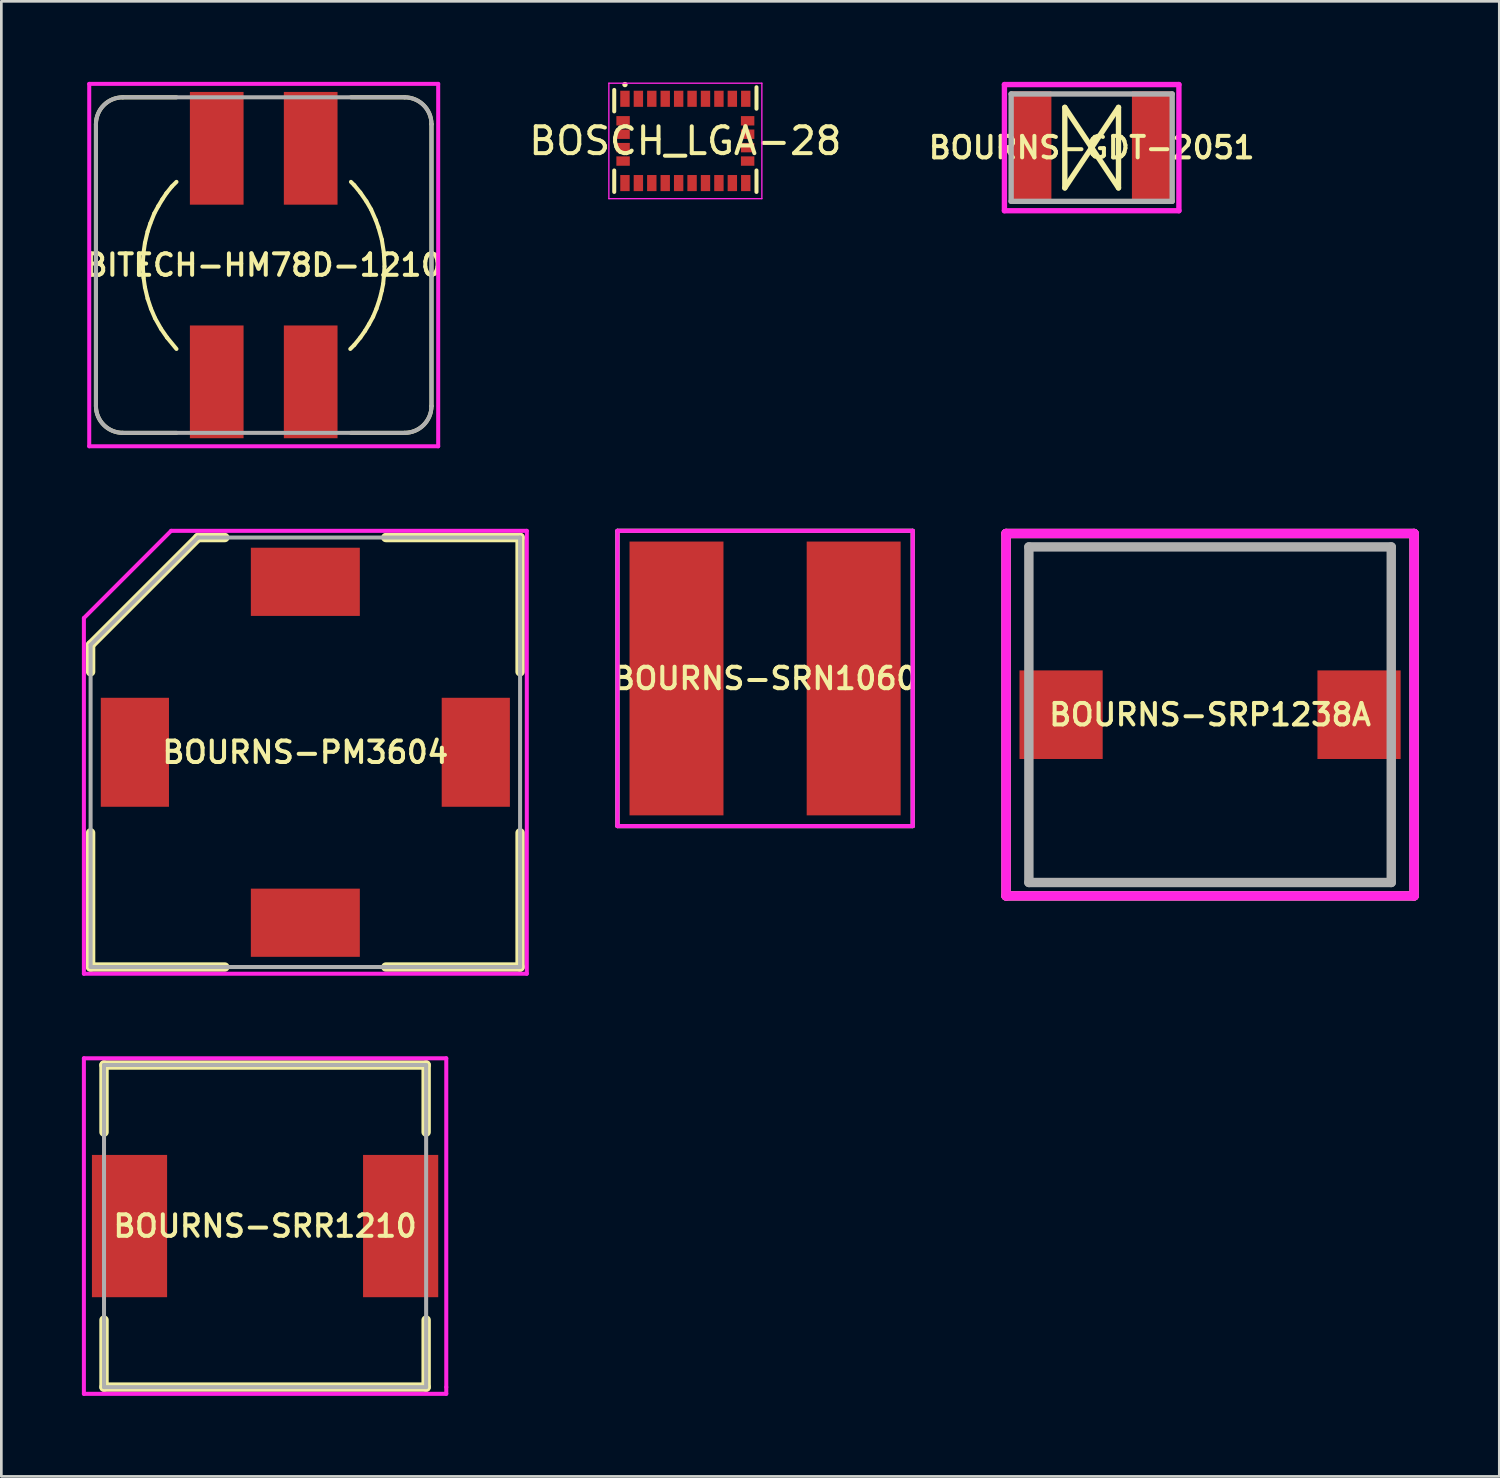
<source format=kicad_pcb>
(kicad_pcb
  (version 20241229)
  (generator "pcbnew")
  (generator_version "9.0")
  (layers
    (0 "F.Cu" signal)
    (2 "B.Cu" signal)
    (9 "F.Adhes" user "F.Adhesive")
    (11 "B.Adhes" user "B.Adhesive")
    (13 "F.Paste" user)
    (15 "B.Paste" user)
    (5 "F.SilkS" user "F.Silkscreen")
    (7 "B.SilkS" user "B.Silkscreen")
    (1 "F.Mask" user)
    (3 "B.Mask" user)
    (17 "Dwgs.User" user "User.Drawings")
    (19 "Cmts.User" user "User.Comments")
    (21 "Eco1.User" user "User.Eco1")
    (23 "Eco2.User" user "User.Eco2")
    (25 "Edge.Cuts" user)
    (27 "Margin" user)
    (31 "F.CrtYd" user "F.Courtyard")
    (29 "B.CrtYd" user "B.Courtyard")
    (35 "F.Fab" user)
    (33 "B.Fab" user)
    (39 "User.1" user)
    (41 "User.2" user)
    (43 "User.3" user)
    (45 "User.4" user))
  (footprint "BOURNS-PM3604"
    (layer "F.Cu")
    (at 8.325 24.975)
    (property "Reference" "BOURNS-PM3604" (at 0 0 0) (layer "F.SilkS") (effects (font (size 0.8 0.8) (thickness 0.15))))
    (attr smd)
    (fp_line (start -8 -4) (end -8 -3) (stroke (width 0.35) (type solid)) (layer "F.SilkS"))
    (fp_line (start -8 3) (end -8 8) (stroke (width 0.35) (type solid)) (layer "F.SilkS"))
    (fp_line (start -8 8) (end -3 8) (stroke (width 0.35) (type solid)) (layer "F.SilkS"))
    (fp_line (start -4 -8) (end -8 -4) (stroke (width 0.35) (type solid)) (layer "F.SilkS"))
    (fp_line (start -3 -8) (end -4 -8) (stroke (width 0.35) (type solid)) (layer "F.SilkS"))
    (fp_line (start 3 8) (end 8 8) (stroke (width 0.35) (type solid)) (layer "F.SilkS"))
    (fp_line (start 8 -8) (end 3 -8) (stroke (width 0.35) (type solid)) (layer "F.SilkS"))
    (fp_line (start 8 -3) (end 8 -8) (stroke (width 0.35) (type solid)) (layer "F.SilkS"))
    (fp_line (start 8 8) (end 8 3) (stroke (width 0.35) (type solid)) (layer "F.SilkS"))
    (fp_line (start -8.25 -5) (end -8.25 8.25) (stroke (width 0.15) (type solid)) (layer "F.CrtYd"))
    (fp_line (start -8.25 8.25) (end 8.25 8.25) (stroke (width 0.15) (type solid)) (layer "F.CrtYd"))
    (fp_line (start -5 -8.25) (end -8.25 -5) (stroke (width 0.15) (type solid)) (layer "F.CrtYd"))
    (fp_line (start 8.25 -8.25) (end -5 -8.25) (stroke (width 0.15) (type solid)) (layer "F.CrtYd"))
    (fp_line (start 8.25 8.25) (end 8.25 -8.25) (stroke (width 0.15) (type solid)) (layer "F.CrtYd"))
    (fp_line (start -8 -4) (end -8 8) (stroke (width 0.15) (type solid)) (layer "F.Fab"))
    (fp_line (start -8 8) (end 8 8) (stroke (width 0.15) (type solid)) (layer "F.Fab"))
    (fp_line (start -4 -8) (end -8 -4) (stroke (width 0.15) (type solid)) (layer "F.Fab"))
    (fp_line (start 8 -8) (end -4 -8) (stroke (width 0.15) (type solid)) (layer "F.Fab"))
    (fp_line (start 8 8) (end 8 -8) (stroke (width 0.15) (type solid)) (layer "F.Fab"))
    (pad "1" smd rect (at -6.35 0) (size 2.54 4.06) (layers "F.Cu" "F.Mask" "F.Paste"))
    (pad "2" smd rect (at 0 6.35) (size 4.06 2.54) (layers "F.Cu" "F.Mask" "F.Paste"))
    (pad "3" smd rect (at 6.35 0) (size 2.54 4.06) (layers "F.Cu" "F.Mask" "F.Paste"))
    (pad "4" smd rect (at 0 -6.35) (size 4.06 2.54) (layers "F.Cu" "F.Mask" "F.Paste")))
  (footprint "BOURNS-SRP1238A"
    (layer "F.Cu")
    (at 42.029 23.575)
    (property "Reference" "BOURNS-SRP1238A" (at 0 0 0) (layer "F.SilkS") (effects (font (size 0.8 0.8) (thickness 0.15))))
    (attr smd)
    (fp_line (start -7.6 -6.75) (end 7.6 -6.75) (stroke (width 0.35) (type solid)) (layer "F.SilkS"))
    (fp_line (start -7.6 6.75) (end -7.6 -6.75) (stroke (width 0.35) (type solid)) (layer "F.SilkS"))
    (fp_line (start 7.6 -6.75) (end 7.6 6.75) (stroke (width 0.35) (type solid)) (layer "F.SilkS"))
    (fp_line (start 7.6 6.75) (end -7.6 6.75) (stroke (width 0.35) (type solid)) (layer "F.SilkS"))
    (fp_line (start -7.6 -6.75) (end 7.6 -6.75) (stroke (width 0.35) (type solid)) (layer "F.CrtYd"))
    (fp_line (start -7.6 6.75) (end -7.6 -6.75) (stroke (width 0.35) (type solid)) (layer "F.CrtYd"))
    (fp_line (start 7.6 -6.75) (end 7.6 6.75) (stroke (width 0.35) (type solid)) (layer "F.CrtYd"))
    (fp_line (start 7.6 6.75) (end -7.6 6.75) (stroke (width 0.35) (type solid)) (layer "F.CrtYd"))
    (fp_line (start -6.75 -6.25) (end 6.75 -6.25) (stroke (width 0.35) (type solid)) (layer "F.Fab"))
    (fp_line (start -6.75 6.25) (end -6.75 -6.25) (stroke (width 0.35) (type solid)) (layer "F.Fab"))
    (fp_line (start 6.75 -6.25) (end 6.75 6.25) (stroke (width 0.35) (type solid)) (layer "F.Fab"))
    (fp_line (start 6.75 6.25) (end -6.75 6.25) (stroke (width 0.35) (type solid)) (layer "F.Fab"))
    (pad "1" smd rect (at -5.55 0) (size 3.1 3.3) (layers "F.Cu" "F.Mask" "F.Paste"))
    (pad "2" smd rect (at 5.55 0) (size 3.1 3.3) (layers "F.Cu" "F.Mask" "F.Paste")))
  (footprint "BITECH-HM78D-1210"
    (layer "F.Cu")
    (at 6.774 6.825)
    (property "Reference" "BITECH-HM78D-1210" (at 0 0 0) (layer "F.SilkS") (effects (font (size 0.8 0.8) (thickness 0.15))))
    (attr smd)
    (fp_line (start -6.25 -5.25) (end -6.25 5.25) (stroke (width 0.15) (type solid)) (layer "F.SilkS"))
    (fp_line (start -5.25 6.25) (end -3.25 6.25) (stroke (width 0.15) (type solid)) (layer "F.SilkS"))
    (fp_line (start -4.5 -0.15) (end -4.5 0.125) (stroke (width 0.15) (type solid)) (layer "F.SilkS"))
    (fp_line (start -4.5 0.125) (end -4.475 0.475) (stroke (width 0.15) (type solid)) (layer "F.SilkS"))
    (fp_line (start -4.475 -0.475) (end -4.5 -0.15) (stroke (width 0.15) (type solid)) (layer "F.SilkS"))
    (fp_line (start -4.475 0.475) (end -4.425 0.825) (stroke (width 0.15) (type solid)) (layer "F.SilkS"))
    (fp_line (start -4.425 -0.825) (end -4.475 -0.475) (stroke (width 0.15) (type solid)) (layer "F.SilkS"))
    (fp_line (start -4.425 0.825) (end -4.325 1.25) (stroke (width 0.15) (type solid)) (layer "F.SilkS"))
    (fp_line (start -4.325 -1.25) (end -4.425 -0.825) (stroke (width 0.15) (type solid)) (layer "F.SilkS"))
    (fp_line (start -4.325 1.25) (end -4.2 1.625) (stroke (width 0.15) (type solid)) (layer "F.SilkS"))
    (fp_line (start -4.225 -1.55) (end -4.325 -1.25) (stroke (width 0.15) (type solid)) (layer "F.SilkS"))
    (fp_line (start -4.2 1.625) (end -4.05 1.975) (stroke (width 0.15) (type solid)) (layer "F.SilkS"))
    (fp_line (start -4.075 -1.925) (end -4.225 -1.55) (stroke (width 0.15) (type solid)) (layer "F.SilkS"))
    (fp_line (start -4.05 1.975) (end -3.825 2.375) (stroke (width 0.15) (type solid)) (layer "F.SilkS"))
    (fp_line (start -3.925 -2.2) (end -4.075 -1.925) (stroke (width 0.15) (type solid)) (layer "F.SilkS"))
    (fp_line (start -3.825 2.375) (end -3.6 2.7) (stroke (width 0.15) (type solid)) (layer "F.SilkS"))
    (fp_line (start -3.775 -2.45) (end -3.925 -2.2) (stroke (width 0.15) (type solid)) (layer "F.SilkS"))
    (fp_line (start -3.625 -2.675) (end -3.775 -2.45) (stroke (width 0.15) (type solid)) (layer "F.SilkS"))
    (fp_line (start -3.6 2.7) (end -3.25 3.125) (stroke (width 0.15) (type solid)) (layer "F.SilkS"))
    (fp_line (start -3.425 -2.925) (end -3.625 -2.675) (stroke (width 0.15) (type solid)) (layer "F.SilkS"))
    (fp_line (start -3.25 -6.25) (end -5.25 -6.25) (stroke (width 0.15) (type solid)) (layer "F.SilkS"))
    (fp_line (start -3.25 -3.1) (end -3.425 -2.925) (stroke (width 0.15) (type solid)) (layer "F.SilkS"))
    (fp_line (start 3.225 3.125) (end 3.375 2.975) (stroke (width 0.15) (type solid)) (layer "F.SilkS"))
    (fp_line (start 3.25 6.25) (end 5.25 6.25) (stroke (width 0.15) (type solid)) (layer "F.SilkS"))
    (fp_line (start 3.375 -2.975) (end 3.25 -3.1) (stroke (width 0.15) (type solid)) (layer "F.SilkS"))
    (fp_line (start 3.375 2.975) (end 3.6 2.7) (stroke (width 0.15) (type solid)) (layer "F.SilkS"))
    (fp_line (start 3.6 -2.7) (end 3.375 -2.975) (stroke (width 0.15) (type solid)) (layer "F.SilkS"))
    (fp_line (start 3.6 2.7) (end 3.775 2.45) (stroke (width 0.15) (type solid)) (layer "F.SilkS"))
    (fp_line (start 3.775 2.45) (end 3.925 2.2) (stroke (width 0.15) (type solid)) (layer "F.SilkS"))
    (fp_line (start 3.825 -2.375) (end 3.6 -2.7) (stroke (width 0.15) (type solid)) (layer "F.SilkS"))
    (fp_line (start 3.925 2.2) (end 4.075 1.925) (stroke (width 0.15) (type solid)) (layer "F.SilkS"))
    (fp_line (start 4 -2.075) (end 3.825 -2.375) (stroke (width 0.15) (type solid)) (layer "F.SilkS"))
    (fp_line (start 4.075 1.925) (end 4.2 1.625) (stroke (width 0.15) (type solid)) (layer "F.SilkS"))
    (fp_line (start 4.175 -1.675) (end 4 -2.075) (stroke (width 0.15) (type solid)) (layer "F.SilkS"))
    (fp_line (start 4.2 1.625) (end 4.325 1.25) (stroke (width 0.15) (type solid)) (layer "F.SilkS"))
    (fp_line (start 4.275 -1.4) (end 4.175 -1.675) (stroke (width 0.15) (type solid)) (layer "F.SilkS"))
    (fp_line (start 4.325 1.25) (end 4.4 0.95) (stroke (width 0.15) (type solid)) (layer "F.SilkS"))
    (fp_line (start 4.4 -0.95) (end 4.275 -1.4) (stroke (width 0.15) (type solid)) (layer "F.SilkS"))
    (fp_line (start 4.4 0.95) (end 4.45 0.7) (stroke (width 0.15) (type solid)) (layer "F.SilkS"))
    (fp_line (start 4.45 0.7) (end 4.475 0.425) (stroke (width 0.15) (type solid)) (layer "F.SilkS"))
    (fp_line (start 4.475 -0.475) (end 4.4 -0.95) (stroke (width 0.15) (type solid)) (layer "F.SilkS"))
    (fp_line (start 4.475 0.425) (end 4.5 0.05) (stroke (width 0.15) (type solid)) (layer "F.SilkS"))
    (fp_line (start 4.5 0.05) (end 4.475 -0.475) (stroke (width 0.15) (type solid)) (layer "F.SilkS"))
    (fp_line (start 5.25 -6.25) (end 3.25 -6.25) (stroke (width 0.15) (type solid)) (layer "F.SilkS"))
    (fp_line (start 6.25 5.25) (end 6.25 -5.25) (stroke (width 0.15) (type solid)) (layer "F.SilkS"))
    (fp_arc (start -6.25 -5.25) (mid -5.957107 -5.957107) (end -5.25 -6.25) (stroke (width 0.15) (type solid)) (layer "F.SilkS"))
    (fp_arc (start -5.25 6.25) (mid -5.957107 5.957107) (end -6.25 5.25) (stroke (width 0.15) (type solid)) (layer "F.SilkS"))
    (fp_arc (start 5.25 -6.25) (mid 5.957107 -5.957107) (end 6.25 -5.25) (stroke (width 0.15) (type solid)) (layer "F.SilkS"))
    (fp_arc (start 6.25 5.25) (mid 5.957107 5.957107) (end 5.25 6.25) (stroke (width 0.15) (type solid)) (layer "F.SilkS"))
    (fp_line (start -6.5 -6.75) (end -6.5 6.75) (stroke (width 0.15) (type solid)) (layer "F.CrtYd"))
    (fp_line (start -6.5 6.75) (end 6.5 6.75) (stroke (width 0.15) (type solid)) (layer "F.CrtYd"))
    (fp_line (start 6.5 -6.75) (end -6.5 -6.75) (stroke (width 0.15) (type solid)) (layer "F.CrtYd"))
    (fp_line (start 6.5 6.75) (end 6.5 -6.75) (stroke (width 0.15) (type solid)) (layer "F.CrtYd"))
    (fp_line (start -6.25 -5.25) (end -6.25 5.25) (stroke (width 0.15) (type solid)) (layer "F.Fab"))
    (fp_line (start -5.25 6.25) (end 5.25 6.25) (stroke (width 0.15) (type solid)) (layer "F.Fab"))
    (fp_line (start 5.25 -6.25) (end -5.25 -6.25) (stroke (width 0.15) (type solid)) (layer "F.Fab"))
    (fp_line (start 6.25 5.25) (end 6.25 -5.25) (stroke (width 0.15) (type solid)) (layer "F.Fab"))
    (fp_arc (start -6.25 -5.25) (mid -5.957107 -5.957107) (end -5.25 -6.25) (stroke (width 0.15) (type solid)) (layer "F.Fab"))
    (fp_arc (start -5.25 6.25) (mid -5.957107 5.957107) (end -6.25 5.25) (stroke (width 0.15) (type solid)) (layer "F.Fab"))
    (fp_arc (start 5.25 -6.25) (mid 5.957107 -5.957107) (end 6.25 -5.25) (stroke (width 0.15) (type solid)) (layer "F.Fab"))
    (fp_arc (start 6.25 5.25) (mid 5.957107 5.957107) (end 5.25 6.25) (stroke (width 0.15) (type solid)) (layer "F.Fab"))
    (pad "1" smd rect (at 1.75 4.35) (size 2 4.2) (layers "F.Cu" "F.Mask" "F.Paste"))
    (pad "2" smd rect (at -1.75 4.35) (size 2 4.2) (layers "F.Cu" "F.Mask" "F.Paste"))
    (pad "3" smd rect (at -1.75 -4.35) (size 2 4.2) (layers "F.Cu" "F.Mask" "F.Paste"))
    (pad "4" smd rect (at 1.75 -4.35) (size 2 4.2) (layers "F.Cu" "F.Mask" "F.Paste")))
  (footprint "BOSCH_LGA-28"
    (layer "F.Cu")
    (at 22.482 2.2)
    (property "Reference" "BOSCH_LGA-28" (at 0 0 0) (layer "F.SilkS") (effects (font (size 1 1) (thickness 0.15))))
    (attr through_hole)
    (fp_line (start -2.65 -1.9) (end -2.65 -1.1) (stroke (width 0.15) (type solid)) (layer "F.SilkS"))
    (fp_line (start -2.65 1.1) (end -2.65 1.9) (stroke (width 0.15) (type solid)) (layer "F.SilkS"))
    (fp_line (start 2.65 -1.2) (end 2.65 -2) (stroke (width 0.15) (type solid)) (layer "F.SilkS"))
    (fp_line (start 2.65 1.9) (end 2.65 1.1) (stroke (width 0.15) (type solid)) (layer "F.SilkS"))
    (fp_circle (center -2.25 -2.1) (end -2.2 -2.1) (stroke (width 0.1) (type solid)) (fill no) (layer "F.SilkS"))
    (fp_line (start -2.85 -2.15) (end 2.85 -2.15) (stroke (width 0.05) (type solid)) (layer "F.CrtYd"))
    (fp_line (start -2.85 2.15) (end -2.85 -2.15) (stroke (width 0.05) (type solid)) (layer "F.CrtYd"))
    (fp_line (start -2.85 2.15) (end 2.85 2.15) (stroke (width 0.05) (type solid)) (layer "F.CrtYd"))
    (fp_line (start 2.85 2.15) (end 2.85 -2.15) (stroke (width 0.05) (type solid)) (layer "F.CrtYd"))
    (pad "1" smd rect (at -2.25 -1.57) (size 0.35 0.6) (layers "F.Cu" "F.Mask" "F.Paste"))
    (pad "2" smd rect (at -2.32 -0.75 90) (size 0.35 0.5) (layers "F.Cu" "F.Mask" "F.Paste"))
    (pad "3" smd rect (at -2.32 -0.25 90) (size 0.35 0.5) (layers "F.Cu" "F.Mask" "F.Paste"))
    (pad "4" smd rect (at -2.32 0.25 90) (size 0.35 0.5) (layers "F.Cu" "F.Mask" "F.Paste"))
    (pad "5" smd rect (at -2.32 0.75 90) (size 0.35 0.5) (layers "F.Cu" "F.Mask" "F.Paste"))
    (pad "6" smd rect (at -2.25 1.57) (size 0.35 0.6) (layers "F.Cu" "F.Mask" "F.Paste"))
    (pad "7" smd rect (at -1.75 1.57) (size 0.35 0.6) (layers "F.Cu" "F.Mask" "F.Paste"))
    (pad "8" smd rect (at -1.25 1.57) (size 0.35 0.6) (layers "F.Cu" "F.Mask" "F.Paste"))
    (pad "9" smd rect (at -0.75 1.57) (size 0.35 0.6) (layers "F.Cu" "F.Mask" "F.Paste"))
    (pad "10" smd rect (at -0.25 1.57) (size 0.35 0.6) (layers "F.Cu" "F.Mask" "F.Paste"))
    (pad "11" smd rect (at 0.25 1.57) (size 0.35 0.6) (layers "F.Cu" "F.Mask" "F.Paste"))
    (pad "12" smd rect (at 0.75 1.57) (size 0.35 0.6) (layers "F.Cu" "F.Mask" "F.Paste"))
    (pad "13" smd rect (at 1.25 1.57) (size 0.35 0.6) (layers "F.Cu" "F.Mask" "F.Paste"))
    (pad "14" smd rect (at 1.75 1.57) (size 0.35 0.6) (layers "F.Cu" "F.Mask" "F.Paste"))
    (pad "15" smd rect (at 2.25 1.57) (size 0.35 0.6) (layers "F.Cu" "F.Mask" "F.Paste"))
    (pad "16" smd rect (at 2.32 0.75 90) (size 0.35 0.5) (layers "F.Cu" "F.Mask" "F.Paste"))
    (pad "17" smd rect (at 2.32 0.25 90) (size 0.35 0.5) (layers "F.Cu" "F.Mask" "F.Paste"))
    (pad "18" smd rect (at 2.32 -0.25 90) (size 0.35 0.5) (layers "F.Cu" "F.Mask" "F.Paste"))
    (pad "19" smd rect (at 2.32 -0.75 90) (size 0.35 0.5) (layers "F.Cu" "F.Mask" "F.Paste"))
    (pad "20" smd rect (at 2.25 -1.57) (size 0.35 0.6) (layers "F.Cu" "F.Mask" "F.Paste"))
    (pad "21" smd rect (at 1.75 -1.57) (size 0.35 0.6) (layers "F.Cu" "F.Mask" "F.Paste"))
    (pad "22" smd rect (at 1.25 -1.57) (size 0.35 0.6) (layers "F.Cu" "F.Mask" "F.Paste"))
    (pad "23" smd rect (at 0.75 -1.57) (size 0.35 0.6) (layers "F.Cu" "F.Mask" "F.Paste"))
    (pad "24" smd rect (at 0.25 -1.57) (size 0.35 0.6) (layers "F.Cu" "F.Mask" "F.Paste"))
    (pad "25" smd rect (at -0.25 -1.57) (size 0.35 0.6) (layers "F.Cu" "F.Mask" "F.Paste"))
    (pad "26" smd rect (at -0.75 -1.57) (size 0.35 0.6) (layers "F.Cu" "F.Mask" "F.Paste"))
    (pad "27" smd rect (at -1.25 -1.57) (size 0.35 0.6) (layers "F.Cu" "F.Mask" "F.Paste"))
    (pad "28" smd rect (at -1.75 -1.57) (size 0.35 0.6) (layers "F.Cu" "F.Mask" "F.Paste")))
  (footprint "BOURNS-SRN1060"
    (layer "F.Cu")
    (at 25.452 22.225)
    (property "Reference" "BOURNS-SRN1060" (at 0 0 0) (layer "F.SilkS") (effects (font (size 0.8 0.8) (thickness 0.15))))
    (attr smd)
    (fp_line (start -5.5 -5.5) (end -5.5 5.5) (stroke (width 0.15) (type solid)) (layer "F.SilkS"))
    (fp_line (start -5.5 5.5) (end 5.5 5.5) (stroke (width 0.15) (type solid)) (layer "F.SilkS"))
    (fp_line (start 5.5 -5.5) (end -5.5 -5.5) (stroke (width 0.15) (type solid)) (layer "F.SilkS"))
    (fp_line (start 5.5 5.5) (end 5.5 -5.5) (stroke (width 0.15) (type solid)) (layer "F.SilkS"))
    (fp_line (start -5.5 -5.5) (end -5.5 5.5) (stroke (width 0.15) (type solid)) (layer "F.CrtYd"))
    (fp_line (start -5.5 5.5) (end 5.5 5.5) (stroke (width 0.15) (type solid)) (layer "F.CrtYd"))
    (fp_line (start 5.5 -5.5) (end -5.5 -5.5) (stroke (width 0.15) (type solid)) (layer "F.CrtYd"))
    (fp_line (start 5.5 5.5) (end 5.5 -5.5) (stroke (width 0.15) (type solid)) (layer "F.CrtYd"))
    (fp_line (start -5.5 -5.5) (end -5.5 5.5) (stroke (width 0.15) (type solid)) (layer "F.Fab"))
    (fp_line (start -5.5 5.5) (end 5.5 5.5) (stroke (width 0.15) (type solid)) (layer "F.Fab"))
    (fp_line (start 5.5 -5.5) (end -5.5 -5.5) (stroke (width 0.15) (type solid)) (layer "F.Fab"))
    (fp_line (start 5.5 5.5) (end 5.5 -5.5) (stroke (width 0.15) (type solid)) (layer "F.Fab"))
    (pad "1" smd rect (at -3.3 0) (size 3.5 10.2) (layers "F.Cu" "F.Mask" "F.Paste"))
    (pad "2" smd rect (at 3.3 0) (size 3.5 10.2) (layers "F.Cu" "F.Mask" "F.Paste")))
  (footprint "BOURNS-SRR1210"
    (layer "F.Cu")
    (at 6.825 42.625)
    (property "Reference" "BOURNS-SRR1210" (at 0 0 0) (layer "F.SilkS") (effects (font (size 0.8 0.8) (thickness 0.15))))
    (attr smd)
    (fp_line (start -6 -6) (end 6 -6) (stroke (width 0.35) (type solid)) (layer "F.SilkS"))
    (fp_line (start -6 -3.5) (end -6 -6) (stroke (width 0.35) (type solid)) (layer "F.SilkS"))
    (fp_line (start -6 6) (end -6 3.5) (stroke (width 0.35) (type solid)) (layer "F.SilkS"))
    (fp_line (start 6 -6) (end 6 -3.5) (stroke (width 0.35) (type solid)) (layer "F.SilkS"))
    (fp_line (start 6 3.5) (end 6 6) (stroke (width 0.35) (type solid)) (layer "F.SilkS"))
    (fp_line (start 6 6) (end -6 6) (stroke (width 0.35) (type solid)) (layer "F.SilkS"))
    (fp_line (start -6.75 -6.25) (end 6.75 -6.25) (stroke (width 0.15) (type solid)) (layer "F.CrtYd"))
    (fp_line (start -6.75 6.25) (end -6.75 -6.25) (stroke (width 0.15) (type solid)) (layer "F.CrtYd"))
    (fp_line (start 6.75 -6.25) (end 6.75 6) (stroke (width 0.15) (type solid)) (layer "F.CrtYd"))
    (fp_line (start 6.75 6) (end 6.75 6.25) (stroke (width 0.15) (type solid)) (layer "F.CrtYd"))
    (fp_line (start 6.75 6.25) (end -6.75 6.25) (stroke (width 0.15) (type solid)) (layer "F.CrtYd"))
    (fp_line (start -6 -6) (end -6 6) (stroke (width 0.15) (type solid)) (layer "F.Fab"))
    (fp_line (start -6 6) (end 6 6) (stroke (width 0.15) (type solid)) (layer "F.Fab"))
    (fp_line (start 6 -6) (end -6 -6) (stroke (width 0.15) (type solid)) (layer "F.Fab"))
    (fp_line (start 6 6) (end 6 -6) (stroke (width 0.15) (type solid)) (layer "F.Fab"))
    (pad "1" smd rect (at -5.05 0) (size 2.8 5.3) (layers "F.Cu" "F.Mask" "F.Paste"))
    (pad "2" smd rect (at 5.05 0) (size 2.8 5.3) (layers "F.Cu" "F.Mask" "F.Paste")))
  (footprint "BOURNS-GDT-2051"
    (layer "F.Cu")
    (at 37.618 2.45)
    (property "Reference" "BOURNS-GDT-2051" (at 0 0 0) (layer "F.SilkS") (effects (font (size 0.8 0.8) (thickness 0.15))))
    (attr smd)
    (fp_line (start -1 -1.5) (end -1 1.5) (stroke (width 0.2) (type solid)) (layer "F.SilkS"))
    (fp_line (start -1 1.5) (end 0 0) (stroke (width 0.2) (type solid)) (layer "F.SilkS"))
    (fp_line (start 0 0) (end -1 -1.5) (stroke (width 0.2) (type solid)) (layer "F.SilkS"))
    (fp_line (start 0 0) (end 1 -1.5) (stroke (width 0.2) (type solid)) (layer "F.SilkS"))
    (fp_line (start 1 -1.5) (end 1 1.5) (stroke (width 0.2) (type solid)) (layer "F.SilkS"))
    (fp_line (start 1 1.5) (end 0 0) (stroke (width 0.2) (type solid)) (layer "F.SilkS"))
    (fp_line (start -3.25 -2.35) (end 3.25 -2.35) (stroke (width 0.2) (type solid)) (layer "F.CrtYd"))
    (fp_line (start -3.25 2.35) (end -3.25 -2.35) (stroke (width 0.2) (type solid)) (layer "F.CrtYd"))
    (fp_line (start 3.25 -2.35) (end 3.25 2.35) (stroke (width 0.2) (type solid)) (layer "F.CrtYd"))
    (fp_line (start 3.25 2.35) (end -3.25 2.35) (stroke (width 0.2) (type solid)) (layer "F.CrtYd"))
    (fp_line (start -3 -2) (end 3 -2) (stroke (width 0.2) (type solid)) (layer "F.Fab"))
    (fp_line (start -3 2) (end -3 -2) (stroke (width 0.2) (type solid)) (layer "F.Fab"))
    (fp_line (start 3 -2) (end 3 2) (stroke (width 0.2) (type solid)) (layer "F.Fab"))
    (fp_line (start 3 2) (end -3 2) (stroke (width 0.2) (type solid)) (layer "F.Fab"))
    (pad "1" smd rect (at -2.25 0) (size 1.5 4.2) (layers "F.Cu" "F.Mask" "F.Paste"))
    (pad "2" smd rect (at 2.25 0) (size 1.5 4.2) (layers "F.Cu" "F.Mask" "F.Paste")))
  (gr_rect
    (start -3 -3)
    (end 52.804 51.95)
    (stroke (width 0.1) (type default))
    (fill no)
    (layer "Edge.Cuts")))
</source>
